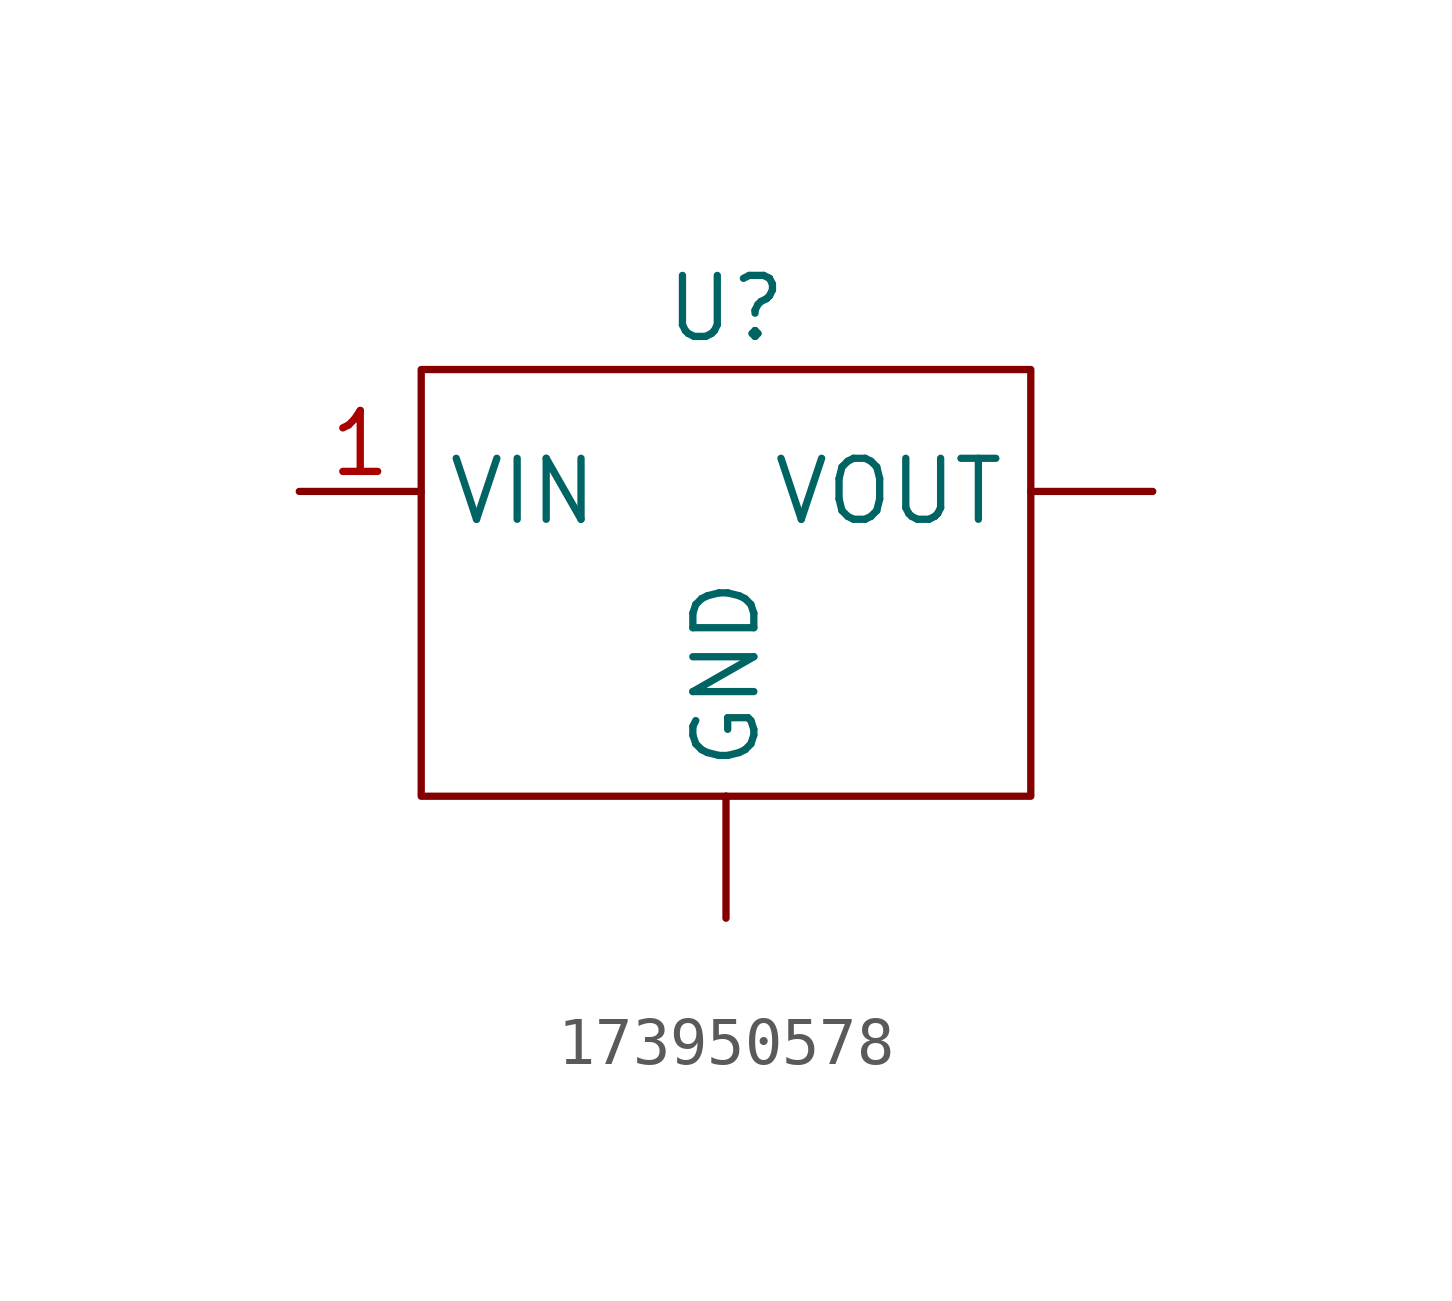
<source format=kicad_sym>
(kicad_symbol_lib
  (version 20231120)
  (generator "kicad_symbol_editor")
  (generator_version "8.0")
  (symbol "173950578"
    (property "Reference" "U"
      (at 0 3.81 0)
      (effects (font (size 1.27 1.27))))
    (property "Value" ""
      (at 0 0 0)
      (effects (font (size 1.27 1.27))))
    (symbol "173950578_0_1"
      (polyline (pts (xy 0 -6.35) (xy 6.35 -6.35) (xy 6.35 0)) (stroke (width 0) (type default)) (fill (type none)))
      (polyline (pts (xy 0 -6.35) (xy -6.35 -6.35) (xy -6.35 0) (xy -6.35 2.54) (xy 6.35 2.54) (xy 6.35 0)) (stroke (width 0) (type default)) (fill (type none))))
    (symbol "173950578_1_1"
      (pin input line (at 0 -8.89 90) (length 2.54) (name "GND" (effects (font (size 1.27 1.27)))) (number "" (effects (font (size 1.27 1.27)))))
      (pin output line (at 8.89 0 180) (length 2.54) (name "VOUT" (effects (font (size 1.27 1.27)))) (number "" (effects (font (size 1.27 1.27)))))
      (pin input line (at -8.89 0 0) (length 2.54) (name "VIN" (effects (font (size 1.27 1.27)))) (number "1" (effects (font (size 1.27 1.27))))))))
</source>
